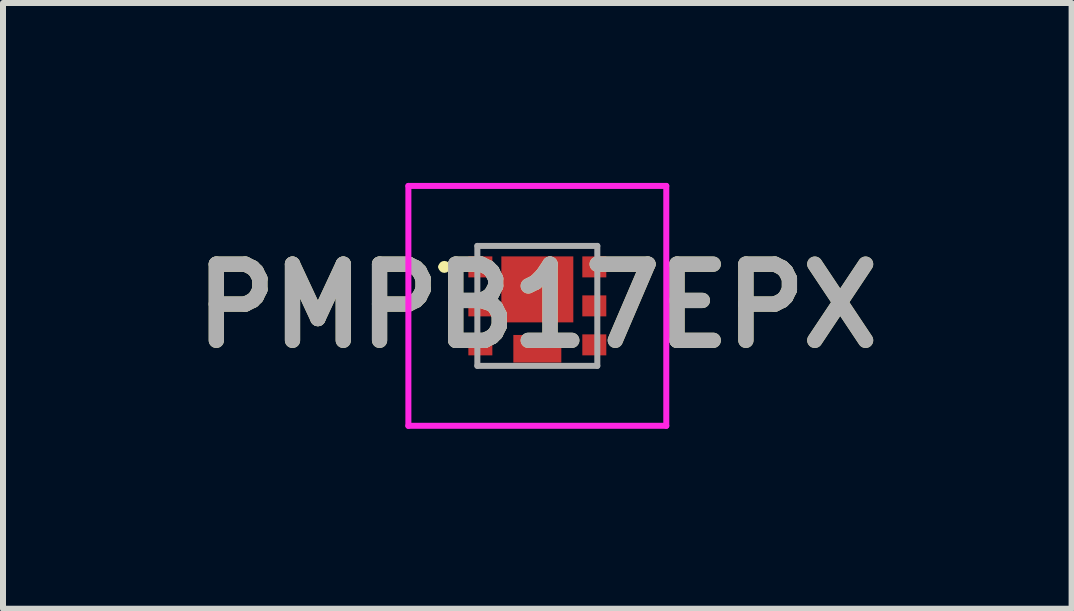
<source format=kicad_pcb>
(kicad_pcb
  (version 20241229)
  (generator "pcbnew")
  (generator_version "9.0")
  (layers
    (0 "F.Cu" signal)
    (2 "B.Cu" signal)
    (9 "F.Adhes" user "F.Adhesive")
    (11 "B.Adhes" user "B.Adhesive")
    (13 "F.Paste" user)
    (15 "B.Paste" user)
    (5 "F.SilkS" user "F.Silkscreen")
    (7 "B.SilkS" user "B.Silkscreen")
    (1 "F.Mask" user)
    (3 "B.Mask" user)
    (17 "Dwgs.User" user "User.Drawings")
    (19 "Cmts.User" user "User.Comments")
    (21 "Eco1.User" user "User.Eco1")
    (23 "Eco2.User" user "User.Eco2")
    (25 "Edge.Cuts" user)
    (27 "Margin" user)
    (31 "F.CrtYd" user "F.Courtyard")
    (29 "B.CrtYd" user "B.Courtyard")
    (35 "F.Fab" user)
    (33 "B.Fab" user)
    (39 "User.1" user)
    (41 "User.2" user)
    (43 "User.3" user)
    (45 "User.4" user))
  (footprint "PMPB17EPX"
    (layer "F.Cu")
    (at 5.909 2.05)
    (property "Reference" "PMPB17EPX" (at 0 0 0) (layer "F.SilkS") (effects (font (size 1.27 1.27) (thickness 0.254))))
    (attr smd)
    (fp_line (start -1.6 -0.65) (end -1.6 -0.65) (stroke (width 0.1) (type solid)) (layer "F.SilkS"))
    (fp_line (start -1.5 -0.65) (end -1.5 -0.65) (stroke (width 0.1) (type solid)) (layer "F.SilkS"))
    (fp_arc (start -1.6 -0.65) (mid -1.55 -0.7) (end -1.5 -0.65) (stroke (width 0.1) (type solid)) (layer "F.SilkS"))
    (fp_arc (start -1.5 -0.65) (mid -1.55 -0.6) (end -1.6 -0.65) (stroke (width 0.1) (type solid)) (layer "F.SilkS"))
    (fp_line (start -2.15 -2) (end 2.15 -2) (stroke (width 0.1) (type solid)) (layer "F.CrtYd"))
    (fp_line (start -2.15 2) (end -2.15 -2) (stroke (width 0.1) (type solid)) (layer "F.CrtYd"))
    (fp_line (start 2.15 -2) (end 2.15 2) (stroke (width 0.1) (type solid)) (layer "F.CrtYd"))
    (fp_line (start 2.15 2) (end -2.15 2) (stroke (width 0.1) (type solid)) (layer "F.CrtYd"))
    (fp_line (start -1 -1) (end -1 1) (stroke (width 0.1) (type solid)) (layer "F.Fab"))
    (fp_line (start -1 1) (end 1 1) (stroke (width 0.1) (type solid)) (layer "F.Fab"))
    (fp_line (start 1 -1) (end -1 -1) (stroke (width 0.1) (type solid)) (layer "F.Fab"))
    (fp_line (start 1 1) (end 1 -1) (stroke (width 0.1) (type solid)) (layer "F.Fab"))
    (fp_text user "${REFERENCE}" (at 0 0 0) (layer "F.Fab") (effects (font (size 1.27 1.27) (thickness 0.254))))
    (pad "1" smd rect (at -0.95 -0.65 90) (size 0.35 0.4) (layers "F.Cu" "F.Mask" "F.Paste"))
    (pad "2" smd rect (at -0.95 0 90) (size 0.35 0.4) (layers "F.Cu" "F.Mask" "F.Paste"))
    (pad "3" smd rect (at -0.95 0.65 90) (size 0.35 0.4) (layers "F.Cu" "F.Mask" "F.Paste"))
    (pad "4" smd rect (at 0.95 0.65 90) (size 0.35 0.4) (layers "F.Cu" "F.Mask" "F.Paste"))
    (pad "5" smd rect (at 0.95 0 90) (size 0.35 0.4) (layers "F.Cu" "F.Mask" "F.Paste"))
    (pad "6" smd rect (at 0.95 -0.65 90) (size 0.35 0.4) (layers "F.Cu" "F.Mask" "F.Paste"))
    (pad "7" smd rect (at 0 -0.275 90) (size 1.1 1.2) (layers "F.Cu" "F.Mask" "F.Paste"))
    (pad "8" smd rect (at 0 0.715 90) (size 0.46 0.8) (layers "F.Cu" "F.Mask" "F.Paste")))
  (gr_rect
    (start -3 -3)
    (end 14.817 7.1)
    (stroke (width 0.1) (type default))
    (fill no)
    (layer "Edge.Cuts")))
</source>
